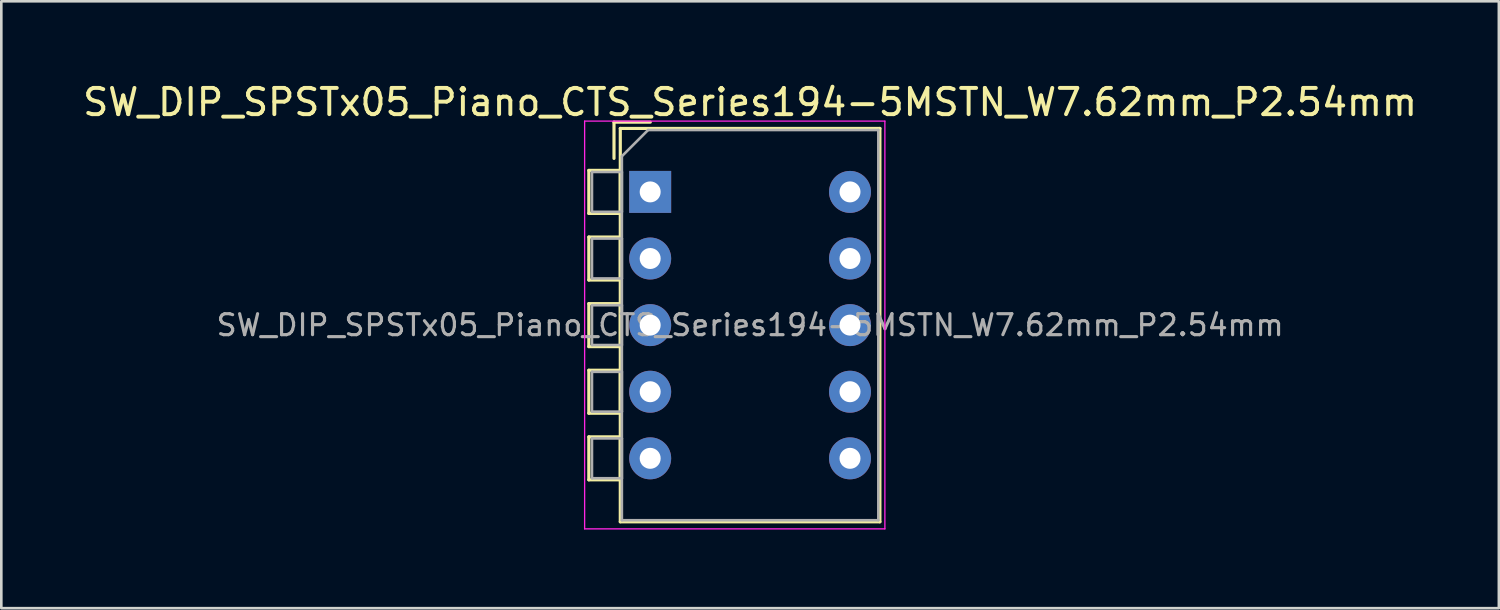
<source format=kicad_pcb>
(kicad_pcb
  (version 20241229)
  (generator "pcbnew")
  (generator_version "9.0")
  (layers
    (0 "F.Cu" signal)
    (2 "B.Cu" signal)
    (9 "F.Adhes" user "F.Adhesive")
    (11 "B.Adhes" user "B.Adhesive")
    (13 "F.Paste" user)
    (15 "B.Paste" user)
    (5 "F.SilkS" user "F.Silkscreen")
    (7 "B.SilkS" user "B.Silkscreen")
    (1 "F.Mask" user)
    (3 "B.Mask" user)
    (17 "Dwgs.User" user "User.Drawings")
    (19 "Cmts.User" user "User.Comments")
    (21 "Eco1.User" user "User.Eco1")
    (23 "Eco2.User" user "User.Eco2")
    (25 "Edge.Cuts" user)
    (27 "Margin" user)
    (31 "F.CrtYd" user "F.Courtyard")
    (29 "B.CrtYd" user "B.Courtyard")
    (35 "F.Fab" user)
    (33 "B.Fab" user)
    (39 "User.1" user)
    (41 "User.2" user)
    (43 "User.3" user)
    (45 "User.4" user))
  (footprint "SW_DIP_SPSTx05_Piano_CTS_Series194-5MSTN_W7.62mm_P2.54mm"
    (layer "F.Cu")
    (at 21.744 4.268)
    (property "Reference" "SW_DIP_SPSTx05_Piano_CTS_Series194-5MSTN_W7.62mm_P2.54mm" (at 3.81 -3.42 0) (layer "F.SilkS") (effects (font (size 1 1) (thickness 0.15))))
    (attr through_hole)
    (fp_line (start -2.34 -0.82) (end -2.34 0.82) (stroke (width 0.12) (type solid)) (layer "F.SilkS"))
    (fp_line (start -2.34 -0.82) (end -1.14 -0.82) (stroke (width 0.12) (type solid)) (layer "F.SilkS"))
    (fp_line (start -2.34 0.82) (end -1.14 0.82) (stroke (width 0.12) (type solid)) (layer "F.SilkS"))
    (fp_line (start -2.34 1.72) (end -2.34 3.361) (stroke (width 0.12) (type solid)) (layer "F.SilkS"))
    (fp_line (start -2.34 1.72) (end -1.14 1.72) (stroke (width 0.12) (type solid)) (layer "F.SilkS"))
    (fp_line (start -2.34 3.361) (end -1.14 3.361) (stroke (width 0.12) (type solid)) (layer "F.SilkS"))
    (fp_line (start -2.34 4.261) (end -2.34 5.9) (stroke (width 0.12) (type solid)) (layer "F.SilkS"))
    (fp_line (start -2.34 4.261) (end -1.14 4.261) (stroke (width 0.12) (type solid)) (layer "F.SilkS"))
    (fp_line (start -2.34 5.9) (end -1.14 5.9) (stroke (width 0.12) (type solid)) (layer "F.SilkS"))
    (fp_line (start -2.34 6.801) (end -2.34 8.441) (stroke (width 0.12) (type solid)) (layer "F.SilkS"))
    (fp_line (start -2.34 6.801) (end -1.14 6.801) (stroke (width 0.12) (type solid)) (layer "F.SilkS"))
    (fp_line (start -2.34 8.441) (end -1.14 8.441) (stroke (width 0.12) (type solid)) (layer "F.SilkS"))
    (fp_line (start -2.34 9.34) (end -2.34 10.98) (stroke (width 0.12) (type solid)) (layer "F.SilkS"))
    (fp_line (start -2.34 9.34) (end -1.14 9.34) (stroke (width 0.12) (type solid)) (layer "F.SilkS"))
    (fp_line (start -2.34 10.98) (end -1.14 10.98) (stroke (width 0.12) (type solid)) (layer "F.SilkS"))
    (fp_line (start -1.38 -2.66) (end -1.38 -1.277) (stroke (width 0.12) (type solid)) (layer "F.SilkS"))
    (fp_line (start -1.38 -2.66) (end 0.004 -2.66) (stroke (width 0.12) (type solid)) (layer "F.SilkS"))
    (fp_line (start -1.14 -2.42) (end -1.14 12.58) (stroke (width 0.12) (type solid)) (layer "F.SilkS"))
    (fp_line (start -1.14 -2.42) (end 8.76 -2.42) (stroke (width 0.12) (type solid)) (layer "F.SilkS"))
    (fp_line (start -1.14 -0.82) (end -1.14 0.82) (stroke (width 0.12) (type solid)) (layer "F.SilkS"))
    (fp_line (start -1.14 1.72) (end -1.14 3.361) (stroke (width 0.12) (type solid)) (layer "F.SilkS"))
    (fp_line (start -1.14 4.261) (end -1.14 5.9) (stroke (width 0.12) (type solid)) (layer "F.SilkS"))
    (fp_line (start -1.14 6.801) (end -1.14 8.441) (stroke (width 0.12) (type solid)) (layer "F.SilkS"))
    (fp_line (start -1.14 9.34) (end -1.14 10.98) (stroke (width 0.12) (type solid)) (layer "F.SilkS"))
    (fp_line (start -1.14 12.58) (end 8.76 12.58) (stroke (width 0.12) (type solid)) (layer "F.SilkS"))
    (fp_line (start 8.76 -2.42) (end 8.76 12.58) (stroke (width 0.12) (type solid)) (layer "F.SilkS"))
    (fp_line (start -2.5 -2.7) (end -2.5 12.85) (stroke (width 0.05) (type solid)) (layer "F.CrtYd"))
    (fp_line (start -2.5 12.85) (end 8.95 12.85) (stroke (width 0.05) (type solid)) (layer "F.CrtYd"))
    (fp_line (start 8.95 -2.7) (end -2.5 -2.7) (stroke (width 0.05) (type solid)) (layer "F.CrtYd"))
    (fp_line (start 8.95 12.85) (end 8.95 -2.7) (stroke (width 0.05) (type solid)) (layer "F.CrtYd"))
    (fp_line (start -2.22 -0.76) (end -1.08 -0.76) (stroke (width 0.1) (type solid)) (layer "F.Fab"))
    (fp_line (start -2.22 0.76) (end -2.22 -0.76) (stroke (width 0.1) (type solid)) (layer "F.Fab"))
    (fp_line (start -2.22 1.78) (end -1.08 1.78) (stroke (width 0.1) (type solid)) (layer "F.Fab"))
    (fp_line (start -2.22 3.3) (end -2.22 1.78) (stroke (width 0.1) (type solid)) (layer "F.Fab"))
    (fp_line (start -2.22 4.32) (end -1.08 4.32) (stroke (width 0.1) (type solid)) (layer "F.Fab"))
    (fp_line (start -2.22 5.84) (end -2.22 4.32) (stroke (width 0.1) (type solid)) (layer "F.Fab"))
    (fp_line (start -2.22 6.86) (end -1.08 6.86) (stroke (width 0.1) (type solid)) (layer "F.Fab"))
    (fp_line (start -2.22 8.38) (end -2.22 6.86) (stroke (width 0.1) (type solid)) (layer "F.Fab"))
    (fp_line (start -2.22 9.4) (end -1.08 9.4) (stroke (width 0.1) (type solid)) (layer "F.Fab"))
    (fp_line (start -2.22 10.92) (end -2.22 9.4) (stroke (width 0.1) (type solid)) (layer "F.Fab"))
    (fp_line (start -1.08 -1.36) (end -0.08 -2.36) (stroke (width 0.1) (type solid)) (layer "F.Fab"))
    (fp_line (start -1.08 -0.76) (end -1.08 0.76) (stroke (width 0.1) (type solid)) (layer "F.Fab"))
    (fp_line (start -1.08 0.76) (end -2.22 0.76) (stroke (width 0.1) (type solid)) (layer "F.Fab"))
    (fp_line (start -1.08 1.78) (end -1.08 3.3) (stroke (width 0.1) (type solid)) (layer "F.Fab"))
    (fp_line (start -1.08 3.3) (end -2.22 3.3) (stroke (width 0.1) (type solid)) (layer "F.Fab"))
    (fp_line (start -1.08 4.32) (end -1.08 5.84) (stroke (width 0.1) (type solid)) (layer "F.Fab"))
    (fp_line (start -1.08 5.84) (end -2.22 5.84) (stroke (width 0.1) (type solid)) (layer "F.Fab"))
    (fp_line (start -1.08 6.86) (end -1.08 8.38) (stroke (width 0.1) (type solid)) (layer "F.Fab"))
    (fp_line (start -1.08 8.38) (end -2.22 8.38) (stroke (width 0.1) (type solid)) (layer "F.Fab"))
    (fp_line (start -1.08 9.4) (end -1.08 10.92) (stroke (width 0.1) (type solid)) (layer "F.Fab"))
    (fp_line (start -1.08 10.92) (end -2.22 10.92) (stroke (width 0.1) (type solid)) (layer "F.Fab"))
    (fp_line (start -1.08 12.52) (end -1.08 -1.36) (stroke (width 0.1) (type solid)) (layer "F.Fab"))
    (fp_line (start -0.08 -2.36) (end 8.7 -2.36) (stroke (width 0.1) (type solid)) (layer "F.Fab"))
    (fp_line (start 8.7 -2.36) (end 8.7 12.52) (stroke (width 0.1) (type solid)) (layer "F.Fab"))
    (fp_line (start 8.7 12.52) (end -1.08 12.52) (stroke (width 0.1) (type solid)) (layer "F.Fab"))
    (fp_text user "${REFERENCE}" (at 3.81 5.08 0) (layer "F.Fab") (effects (font (size 0.8 0.8) (thickness 0.12))))
    (pad "1" thru_hole rect (at 0 0) (size 1.6 1.6) (drill 0.8) (layers "*.Cu" "*.Mask"))
    (pad "2" thru_hole oval (at 0 2.54) (size 1.6 1.6) (drill 0.8) (layers "*.Cu" "*.Mask"))
    (pad "3" thru_hole oval (at 0 5.08) (size 1.6 1.6) (drill 0.8) (layers "*.Cu" "*.Mask"))
    (pad "4" thru_hole oval (at 0 7.62) (size 1.6 1.6) (drill 0.8) (layers "*.Cu" "*.Mask"))
    (pad "5" thru_hole oval (at 0 10.16) (size 1.6 1.6) (drill 0.8) (layers "*.Cu" "*.Mask"))
    (pad "6" thru_hole oval (at 7.62 10.16) (size 1.6 1.6) (drill 0.8) (layers "*.Cu" "*.Mask"))
    (pad "7" thru_hole oval (at 7.62 7.62) (size 1.6 1.6) (drill 0.8) (layers "*.Cu" "*.Mask"))
    (pad "8" thru_hole oval (at 7.62 5.08) (size 1.6 1.6) (drill 0.8) (layers "*.Cu" "*.Mask"))
    (pad "9" thru_hole oval (at 7.62 2.54) (size 1.6 1.6) (drill 0.8) (layers "*.Cu" "*.Mask"))
    (pad "10" thru_hole oval (at 7.62 0) (size 1.6 1.6) (drill 0.8) (layers "*.Cu" "*.Mask")))
  (gr_rect
    (start -3 -3)
    (end 54.107 20.143)
    (stroke (width 0.1) (type default))
    (fill no)
    (layer "Edge.Cuts")))
</source>
